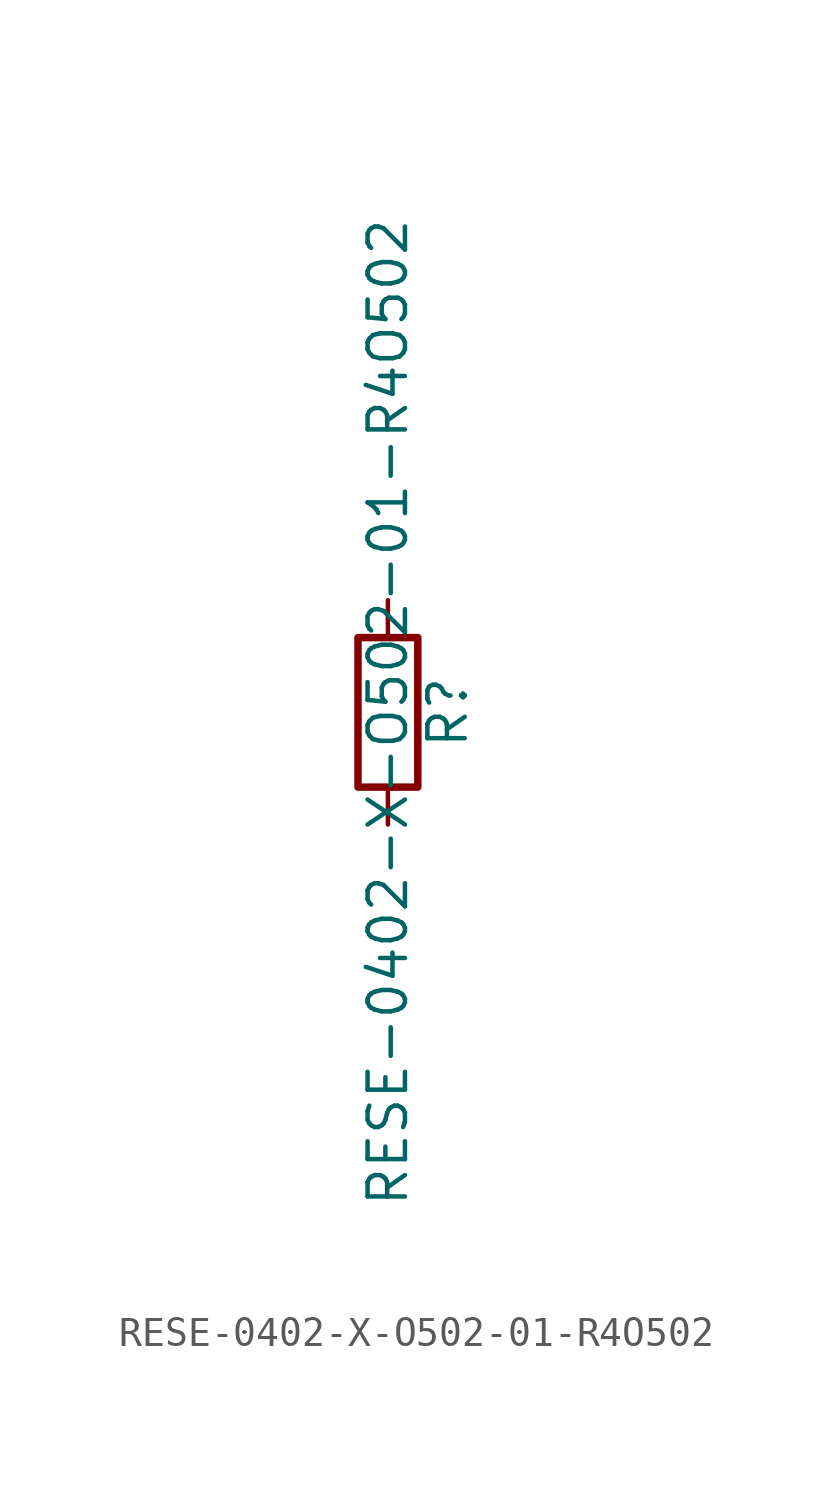
<source format=kicad_sym>
(kicad_symbol_lib
  (version 20211014)
  (generator kicad_symbol_editor)
  (symbol "RESE-0402-X-O502-01-R4O502"
    (pin_numbers hide)
    (pin_names
      (offset 0))
    (property "Reference" "R"
      (at 2.032 0 90)
      (effects (font (size 1.27 1.27))))
    (property "Value" "RESE-0402-X-O502-01-R4O502"
      (at 0 0 90)
      (effects (font (size 1.27 1.27))))
    (symbol "RESE-0402-X-O502-01-R4O502_0_1"
      (rectangle (start -1.016 -2.54) (end 1.016 2.54) (stroke (width 0.254) (type default) (color 0 0 0 0)) (fill (type none))))
    (symbol "RESE-0402-X-O502-01-R4O502_1_1"
      (pin passive line (at 0 3.81 270) (length 1.27) (name "~" (effects (font (size 1.27 1.27)))) (number "1" (effects (font (size 1.27 1.27)))))
      (pin passive line (at 0 -3.81 90) (length 1.27) (name "~" (effects (font (size 1.27 1.27)))) (number "2" (effects (font (size 1.27 1.27))))))))
</source>
